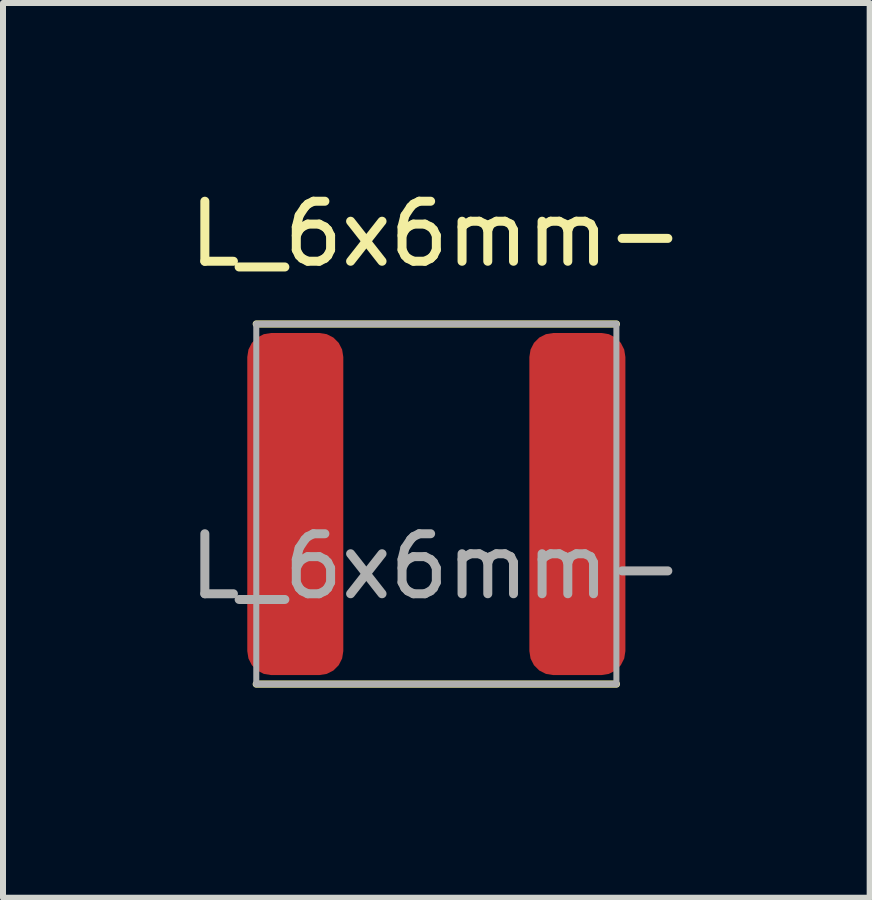
<source format=kicad_pcb>
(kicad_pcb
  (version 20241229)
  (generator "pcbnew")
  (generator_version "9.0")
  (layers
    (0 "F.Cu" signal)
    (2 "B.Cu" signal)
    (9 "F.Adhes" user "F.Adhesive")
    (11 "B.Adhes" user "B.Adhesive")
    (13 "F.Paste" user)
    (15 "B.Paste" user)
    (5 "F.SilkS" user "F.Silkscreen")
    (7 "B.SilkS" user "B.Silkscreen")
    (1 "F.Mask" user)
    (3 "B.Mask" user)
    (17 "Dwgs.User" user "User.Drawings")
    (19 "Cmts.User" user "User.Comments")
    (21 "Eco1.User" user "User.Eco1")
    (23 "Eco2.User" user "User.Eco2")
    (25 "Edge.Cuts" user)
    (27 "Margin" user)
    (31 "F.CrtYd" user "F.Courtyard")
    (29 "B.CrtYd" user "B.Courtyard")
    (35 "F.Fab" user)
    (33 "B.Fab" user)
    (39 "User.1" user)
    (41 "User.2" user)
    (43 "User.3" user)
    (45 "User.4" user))
  (footprint "L_6x6mm-"
    (layer "F.Cu")
    (at 4.22 5.348)
    (property "Reference" "L_6x6mm-" (at 0 -4.5 0) (unlocked yes) (layer "F.SilkS") (effects (font (size 1 1) (thickness 0.15))))
    (attr smd)
    (fp_line (start -3 -3) (end 3 -3) (stroke (width 0.12) (type solid)) (layer "F.SilkS"))
    (fp_line (start -3 3) (end 3 3) (stroke (width 0.12) (type solid)) (layer "F.SilkS"))
    (fp_line (start -3.5 -3.5) (end -3.5 3.5) (stroke (width 0.12) (type solid)) (layer "Margin"))
    (fp_line (start -3.5 3.5) (end 3.5 3.5) (stroke (width 0.12) (type solid)) (layer "Margin"))
    (fp_line (start 3.5 -3.5) (end -3.5 -3.5) (stroke (width 0.12) (type solid)) (layer "Margin"))
    (fp_line (start 3.5 3.5) (end 3.5 -3.5) (stroke (width 0.12) (type solid)) (layer "Margin"))
    (fp_line (start -3 -3) (end -3 3) (stroke (width 0.1) (type solid)) (layer "F.Fab"))
    (fp_line (start -3 -3) (end 3 -3) (stroke (width 0.1) (type solid)) (layer "F.Fab"))
    (fp_line (start -3 3) (end 3 3) (stroke (width 0.1) (type solid)) (layer "F.Fab"))
    (fp_line (start 3 3) (end 3 -3) (stroke (width 0.1) (type solid)) (layer "F.Fab"))
    (fp_text user "${REFERENCE}" (at 0 1.04 0) (unlocked yes) (layer "F.Fab") (effects (font (size 1 1) (thickness 0.15))))
    (pad "1" smd roundrect (at -2.35 0) (size 1.6 5.7) (layers "F.Cu" "F.Mask" "F.Paste") (roundrect_rratio 0.25))
    (pad "2" smd roundrect (at 2.35 0) (size 1.6 5.7) (layers "F.Cu" "F.Mask" "F.Paste") (roundrect_rratio 0.25)))
  (gr_rect
    (start -3 -3)
    (end 11.44 11.908)
    (stroke (width 0.1) (type default))
    (fill no)
    (layer "Edge.Cuts")))
</source>
